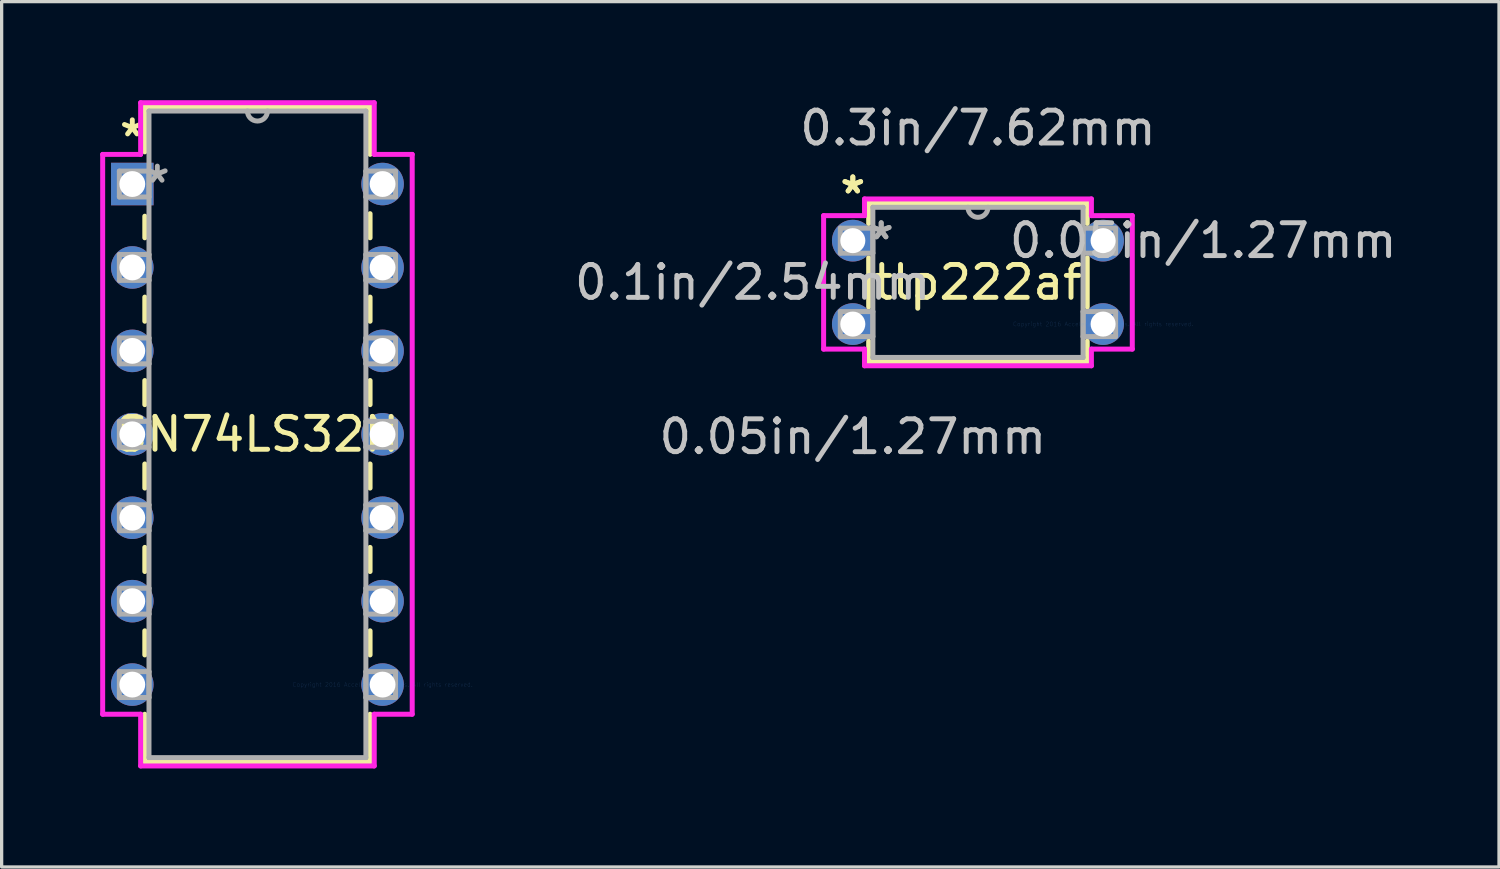
<source format=kicad_pcb>
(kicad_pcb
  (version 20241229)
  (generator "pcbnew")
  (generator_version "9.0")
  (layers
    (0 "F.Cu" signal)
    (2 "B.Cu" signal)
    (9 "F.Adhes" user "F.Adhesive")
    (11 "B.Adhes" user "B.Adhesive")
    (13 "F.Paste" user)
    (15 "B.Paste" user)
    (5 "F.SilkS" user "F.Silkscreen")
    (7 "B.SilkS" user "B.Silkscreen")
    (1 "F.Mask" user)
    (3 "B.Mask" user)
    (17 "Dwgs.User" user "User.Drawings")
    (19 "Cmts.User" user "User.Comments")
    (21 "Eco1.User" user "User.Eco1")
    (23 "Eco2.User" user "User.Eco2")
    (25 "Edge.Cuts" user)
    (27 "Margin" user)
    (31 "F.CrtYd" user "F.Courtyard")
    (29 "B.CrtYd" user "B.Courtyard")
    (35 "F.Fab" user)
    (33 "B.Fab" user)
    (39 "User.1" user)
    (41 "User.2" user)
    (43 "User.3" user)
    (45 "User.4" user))
  (footprint "tlp222af"
    (layer "F.Cu")
    (at 30.535 6.817)
    (property "Reference" "tlp222af" (at -3.81 -1.27 0) (layer "F.SilkS") (effects (font (size 1 1) (thickness 0.15))))
    (attr through_hole)
    (fp_line (start -7.137 -3.683) (end -7.137 -3.062) (stroke (width 0.152) (type solid)) (layer "F.SilkS"))
    (fp_line (start -7.137 -2.018) (end -7.137 -0.522) (stroke (width 0.152) (type solid)) (layer "F.SilkS"))
    (fp_line (start -7.137 0.522) (end -7.137 1.143) (stroke (width 0.152) (type solid)) (layer "F.SilkS"))
    (fp_line (start -7.137 1.143) (end -0.483 1.143) (stroke (width 0.152) (type solid)) (layer "F.SilkS"))
    (fp_line (start -0.483 -3.683) (end -7.137 -3.683) (stroke (width 0.152) (type solid)) (layer "F.SilkS"))
    (fp_line (start -0.483 -3.062) (end -0.483 -3.683) (stroke (width 0.152) (type solid)) (layer "F.SilkS"))
    (fp_line (start -0.483 -0.522) (end -0.483 -2.018) (stroke (width 0.152) (type solid)) (layer "F.SilkS"))
    (fp_line (start -0.483 1.143) (end -0.483 0.522) (stroke (width 0.152) (type solid)) (layer "F.SilkS"))
    (fp_line (start -8.509 -3.302) (end -8.509 0.762) (stroke (width 0.152) (type solid)) (layer "F.CrtYd"))
    (fp_line (start -8.509 0.762) (end -7.264 0.762) (stroke (width 0.152) (type solid)) (layer "F.CrtYd"))
    (fp_line (start -7.264 -3.81) (end -7.264 -3.302) (stroke (width 0.152) (type solid)) (layer "F.CrtYd"))
    (fp_line (start -7.264 -3.302) (end -8.509 -3.302) (stroke (width 0.152) (type solid)) (layer "F.CrtYd"))
    (fp_line (start -7.264 0.762) (end -7.264 1.27) (stroke (width 0.152) (type solid)) (layer "F.CrtYd"))
    (fp_line (start -7.264 1.27) (end -0.356 1.27) (stroke (width 0.152) (type solid)) (layer "F.CrtYd"))
    (fp_line (start -0.356 -3.81) (end -7.264 -3.81) (stroke (width 0.152) (type solid)) (layer "F.CrtYd"))
    (fp_line (start -0.356 -3.302) (end -0.356 -3.81) (stroke (width 0.152) (type solid)) (layer "F.CrtYd"))
    (fp_line (start -0.356 0.762) (end 0.889 0.762) (stroke (width 0.152) (type solid)) (layer "F.CrtYd"))
    (fp_line (start -0.356 1.27) (end -0.356 0.762) (stroke (width 0.152) (type solid)) (layer "F.CrtYd"))
    (fp_line (start 0.889 -3.302) (end -0.356 -3.302) (stroke (width 0.152) (type solid)) (layer "F.CrtYd"))
    (fp_line (start 0.889 0.762) (end 0.889 -3.302) (stroke (width 0.152) (type solid)) (layer "F.CrtYd"))
    (fp_line (start -8.001 -2.921) (end -8.001 -2.159) (stroke (width 0.152) (type solid)) (layer "F.Fab"))
    (fp_line (start -8.001 -2.159) (end -7.01 -2.159) (stroke (width 0.152) (type solid)) (layer "F.Fab"))
    (fp_line (start -8.001 -0.381) (end -8.001 0.381) (stroke (width 0.152) (type solid)) (layer "F.Fab"))
    (fp_line (start -8.001 0.381) (end -7.01 0.381) (stroke (width 0.152) (type solid)) (layer "F.Fab"))
    (fp_line (start -7.01 -3.556) (end -7.01 1.016) (stroke (width 0.152) (type solid)) (layer "F.Fab"))
    (fp_line (start -7.01 -2.921) (end -8.001 -2.921) (stroke (width 0.152) (type solid)) (layer "F.Fab"))
    (fp_line (start -7.01 -2.159) (end -7.01 -2.921) (stroke (width 0.152) (type solid)) (layer "F.Fab"))
    (fp_line (start -7.01 -0.381) (end -8.001 -0.381) (stroke (width 0.152) (type solid)) (layer "F.Fab"))
    (fp_line (start -7.01 0.381) (end -7.01 -0.381) (stroke (width 0.152) (type solid)) (layer "F.Fab"))
    (fp_line (start -7.01 1.016) (end -0.61 1.016) (stroke (width 0.152) (type solid)) (layer "F.Fab"))
    (fp_line (start -0.61 -3.556) (end -7.01 -3.556) (stroke (width 0.152) (type solid)) (layer "F.Fab"))
    (fp_line (start -0.61 -2.921) (end -0.61 -2.159) (stroke (width 0.152) (type solid)) (layer "F.Fab"))
    (fp_line (start -0.61 -2.159) (end 0.381 -2.159) (stroke (width 0.152) (type solid)) (layer "F.Fab"))
    (fp_line (start -0.61 -0.381) (end -0.61 0.381) (stroke (width 0.152) (type solid)) (layer "F.Fab"))
    (fp_line (start -0.61 0.381) (end 0.381 0.381) (stroke (width 0.152) (type solid)) (layer "F.Fab"))
    (fp_line (start -0.61 1.016) (end -0.61 -3.556) (stroke (width 0.152) (type solid)) (layer "F.Fab"))
    (fp_line (start 0.381 -2.921) (end -0.61 -2.921) (stroke (width 0.152) (type solid)) (layer "F.Fab"))
    (fp_line (start 0.381 -2.159) (end 0.381 -2.921) (stroke (width 0.152) (type solid)) (layer "F.Fab"))
    (fp_line (start 0.381 -0.381) (end -0.61 -0.381) (stroke (width 0.152) (type solid)) (layer "F.Fab"))
    (fp_line (start 0.381 0.381) (end 0.381 -0.381) (stroke (width 0.152) (type solid)) (layer "F.Fab"))
    (fp_arc (start -3.5052 -3.556) (mid -3.81 -3.2512) (end -4.1148 -3.556) (stroke (width 0.1524) (type solid)) (layer "F.Fab"))
    (fp_text user "*" (at -7.62 -3.937 0) (layer "F.SilkS") (effects (font (size 1 1) (thickness 0.15))))
    (fp_text user "*" (at -7.62 -3.937 0) (layer "F.SilkS") (effects (font (size 1 1) (thickness 0.15))))
    (fp_text user "0.05in/1.27mm" (at 3.048 -2.54 0) (layer "Dwgs.User") (effects (font (size 1 1) (thickness 0.15))))
    (fp_text user "0.1in/2.54mm" (at -10.668 -1.27 0) (layer "Dwgs.User") (effects (font (size 1 1) (thickness 0.15))))
    (fp_text user "0.3in/7.62mm" (at -3.81 -5.969 0) (layer "Dwgs.User") (effects (font (size 1 1) (thickness 0.15))))
    (fp_text user "0.05in/1.27mm" (at -7.62 3.429 0) (layer "Dwgs.User") (effects (font (size 1 1) (thickness 0.15))))
    (fp_text user "Copyright 2016 Accelerated Designs. All rights reserved." (at 0 0 0) (layer "Cmts.User") (effects (font (size 0.127 0.127) (thickness 0.002))))
    (fp_text user "*" (at -6.756 -2.54 0) (layer "F.Fab") (effects (font (size 1 1) (thickness 0.15))))
    (fp_text user "*" (at -6.756 -2.54 0) (layer "F.Fab") (effects (font (size 1 1) (thickness 0.15))))
    (pad "1" thru_hole circle (at -7.62 -2.54) (size 1.27 1.27) (drill 0.762) (layers "*.Cu" "*.Mask"))
    (pad "2" thru_hole circle (at -7.62 0) (size 1.27 1.27) (drill 0.762) (layers "*.Cu" "*.Mask"))
    (pad "3" thru_hole circle (at 0 0) (size 1.27 1.27) (drill 0.762) (layers "*.Cu" "*.Mask"))
    (pad "4" thru_hole circle (at 0 -2.54) (size 1.27 1.27) (drill 0.762) (layers "*.Cu" "*.Mask")))
  (footprint "SN74LS32N"
    (layer "F.Cu")
    (at 8.598 17.793)
    (property "Reference" "SN74LS32N" (at -3.81 -7.62 0) (layer "F.SilkS") (effects (font (size 1 1) (thickness 0.15))))
    (attr through_hole)
    (fp_line (start -7.239 -17.59) (end -7.239 -16.22) (stroke (width 0.152) (type solid)) (layer "F.SilkS"))
    (fp_line (start -7.239 -14.26) (end -7.239 -13.603) (stroke (width 0.152) (type solid)) (layer "F.SilkS"))
    (fp_line (start -7.239 -11.797) (end -7.239 -11.063) (stroke (width 0.152) (type solid)) (layer "F.SilkS"))
    (fp_line (start -7.239 -9.257) (end -7.239 -8.523) (stroke (width 0.152) (type solid)) (layer "F.SilkS"))
    (fp_line (start -7.239 -6.717) (end -7.239 -5.983) (stroke (width 0.152) (type solid)) (layer "F.SilkS"))
    (fp_line (start -7.239 -4.177) (end -7.239 -3.443) (stroke (width 0.152) (type solid)) (layer "F.SilkS"))
    (fp_line (start -7.239 -1.637) (end -7.239 -0.903) (stroke (width 0.152) (type solid)) (layer "F.SilkS"))
    (fp_line (start -7.239 0.903) (end -7.239 2.349) (stroke (width 0.152) (type solid)) (layer "F.SilkS"))
    (fp_line (start -7.239 2.349) (end -0.381 2.349) (stroke (width 0.152) (type solid)) (layer "F.SilkS"))
    (fp_line (start -0.381 -17.59) (end -7.239 -17.59) (stroke (width 0.152) (type solid)) (layer "F.SilkS"))
    (fp_line (start -0.381 -16.143) (end -0.381 -17.59) (stroke (width 0.152) (type solid)) (layer "F.SilkS"))
    (fp_line (start -0.381 -13.603) (end -0.381 -14.337) (stroke (width 0.152) (type solid)) (layer "F.SilkS"))
    (fp_line (start -0.381 -11.063) (end -0.381 -11.797) (stroke (width 0.152) (type solid)) (layer "F.SilkS"))
    (fp_line (start -0.381 -8.523) (end -0.381 -9.257) (stroke (width 0.152) (type solid)) (layer "F.SilkS"))
    (fp_line (start -0.381 -5.983) (end -0.381 -6.717) (stroke (width 0.152) (type solid)) (layer "F.SilkS"))
    (fp_line (start -0.381 -3.443) (end -0.381 -4.177) (stroke (width 0.152) (type solid)) (layer "F.SilkS"))
    (fp_line (start -0.381 -0.903) (end -0.381 -1.637) (stroke (width 0.152) (type solid)) (layer "F.SilkS"))
    (fp_line (start -0.381 2.349) (end -0.381 0.903) (stroke (width 0.152) (type solid)) (layer "F.SilkS"))
    (fp_line (start -8.522 -16.142) (end -8.522 0.902) (stroke (width 0.152) (type solid)) (layer "F.CrtYd"))
    (fp_line (start -8.522 0.902) (end -7.366 0.902) (stroke (width 0.152) (type solid)) (layer "F.CrtYd"))
    (fp_line (start -7.366 -17.716) (end -7.366 -16.142) (stroke (width 0.152) (type solid)) (layer "F.CrtYd"))
    (fp_line (start -7.366 -16.142) (end -8.522 -16.142) (stroke (width 0.152) (type solid)) (layer "F.CrtYd"))
    (fp_line (start -7.366 0.902) (end -7.366 2.477) (stroke (width 0.152) (type solid)) (layer "F.CrtYd"))
    (fp_line (start -7.366 2.477) (end -0.254 2.477) (stroke (width 0.152) (type solid)) (layer "F.CrtYd"))
    (fp_line (start -0.254 -17.716) (end -7.366 -17.716) (stroke (width 0.152) (type solid)) (layer "F.CrtYd"))
    (fp_line (start -0.254 -16.142) (end -0.254 -17.716) (stroke (width 0.152) (type solid)) (layer "F.CrtYd"))
    (fp_line (start -0.254 0.902) (end 0.902 0.902) (stroke (width 0.152) (type solid)) (layer "F.CrtYd"))
    (fp_line (start -0.254 2.477) (end -0.254 0.902) (stroke (width 0.152) (type solid)) (layer "F.CrtYd"))
    (fp_line (start 0.902 -16.142) (end -0.254 -16.142) (stroke (width 0.152) (type solid)) (layer "F.CrtYd"))
    (fp_line (start 0.902 0.902) (end 0.902 -16.142) (stroke (width 0.152) (type solid)) (layer "F.CrtYd"))
    (fp_line (start -8.014 -15.634) (end -8.014 -14.846) (stroke (width 0.152) (type solid)) (layer "F.Fab"))
    (fp_line (start -8.014 -14.846) (end -7.112 -14.846) (stroke (width 0.152) (type solid)) (layer "F.Fab"))
    (fp_line (start -8.014 -13.094) (end -8.014 -12.306) (stroke (width 0.152) (type solid)) (layer "F.Fab"))
    (fp_line (start -8.014 -12.306) (end -7.112 -12.306) (stroke (width 0.152) (type solid)) (layer "F.Fab"))
    (fp_line (start -8.014 -10.554) (end -8.014 -9.766) (stroke (width 0.152) (type solid)) (layer "F.Fab"))
    (fp_line (start -8.014 -9.766) (end -7.112 -9.766) (stroke (width 0.152) (type solid)) (layer "F.Fab"))
    (fp_line (start -8.014 -8.014) (end -8.014 -7.226) (stroke (width 0.152) (type solid)) (layer "F.Fab"))
    (fp_line (start -8.014 -7.226) (end -7.112 -7.226) (stroke (width 0.152) (type solid)) (layer "F.Fab"))
    (fp_line (start -8.014 -5.474) (end -8.014 -4.686) (stroke (width 0.152) (type solid)) (layer "F.Fab"))
    (fp_line (start -8.014 -4.686) (end -7.112 -4.686) (stroke (width 0.152) (type solid)) (layer "F.Fab"))
    (fp_line (start -8.014 -2.934) (end -8.014 -2.146) (stroke (width 0.152) (type solid)) (layer "F.Fab"))
    (fp_line (start -8.014 -2.146) (end -7.112 -2.146) (stroke (width 0.152) (type solid)) (layer "F.Fab"))
    (fp_line (start -8.014 -0.394) (end -8.014 0.394) (stroke (width 0.152) (type solid)) (layer "F.Fab"))
    (fp_line (start -8.014 0.394) (end -7.112 0.394) (stroke (width 0.152) (type solid)) (layer "F.Fab"))
    (fp_line (start -7.112 -17.462) (end -7.112 2.223) (stroke (width 0.152) (type solid)) (layer "F.Fab"))
    (fp_line (start -7.112 -15.634) (end -8.014 -15.634) (stroke (width 0.152) (type solid)) (layer "F.Fab"))
    (fp_line (start -7.112 -14.846) (end -7.112 -15.634) (stroke (width 0.152) (type solid)) (layer "F.Fab"))
    (fp_line (start -7.112 -13.094) (end -8.014 -13.094) (stroke (width 0.152) (type solid)) (layer "F.Fab"))
    (fp_line (start -7.112 -12.306) (end -7.112 -13.094) (stroke (width 0.152) (type solid)) (layer "F.Fab"))
    (fp_line (start -7.112 -10.554) (end -8.014 -10.554) (stroke (width 0.152) (type solid)) (layer "F.Fab"))
    (fp_line (start -7.112 -9.766) (end -7.112 -10.554) (stroke (width 0.152) (type solid)) (layer "F.Fab"))
    (fp_line (start -7.112 -8.014) (end -8.014 -8.014) (stroke (width 0.152) (type solid)) (layer "F.Fab"))
    (fp_line (start -7.112 -7.226) (end -7.112 -8.014) (stroke (width 0.152) (type solid)) (layer "F.Fab"))
    (fp_line (start -7.112 -5.474) (end -8.014 -5.474) (stroke (width 0.152) (type solid)) (layer "F.Fab"))
    (fp_line (start -7.112 -4.686) (end -7.112 -5.474) (stroke (width 0.152) (type solid)) (layer "F.Fab"))
    (fp_line (start -7.112 -2.934) (end -8.014 -2.934) (stroke (width 0.152) (type solid)) (layer "F.Fab"))
    (fp_line (start -7.112 -2.146) (end -7.112 -2.934) (stroke (width 0.152) (type solid)) (layer "F.Fab"))
    (fp_line (start -7.112 -0.394) (end -8.014 -0.394) (stroke (width 0.152) (type solid)) (layer "F.Fab"))
    (fp_line (start -7.112 0.394) (end -7.112 -0.394) (stroke (width 0.152) (type solid)) (layer "F.Fab"))
    (fp_line (start -7.112 2.223) (end -0.508 2.223) (stroke (width 0.152) (type solid)) (layer "F.Fab"))
    (fp_line (start -0.508 -17.462) (end -7.112 -17.462) (stroke (width 0.152) (type solid)) (layer "F.Fab"))
    (fp_line (start -0.508 -15.634) (end -0.508 -14.846) (stroke (width 0.152) (type solid)) (layer "F.Fab"))
    (fp_line (start -0.508 -14.846) (end 0.394 -14.846) (stroke (width 0.152) (type solid)) (layer "F.Fab"))
    (fp_line (start -0.508 -13.094) (end -0.508 -12.306) (stroke (width 0.152) (type solid)) (layer "F.Fab"))
    (fp_line (start -0.508 -12.306) (end 0.394 -12.306) (stroke (width 0.152) (type solid)) (layer "F.Fab"))
    (fp_line (start -0.508 -10.554) (end -0.508 -9.766) (stroke (width 0.152) (type solid)) (layer "F.Fab"))
    (fp_line (start -0.508 -9.766) (end 0.394 -9.766) (stroke (width 0.152) (type solid)) (layer "F.Fab"))
    (fp_line (start -0.508 -8.014) (end -0.508 -7.226) (stroke (width 0.152) (type solid)) (layer "F.Fab"))
    (fp_line (start -0.508 -7.226) (end 0.394 -7.226) (stroke (width 0.152) (type solid)) (layer "F.Fab"))
    (fp_line (start -0.508 -5.474) (end -0.508 -4.686) (stroke (width 0.152) (type solid)) (layer "F.Fab"))
    (fp_line (start -0.508 -4.686) (end 0.394 -4.686) (stroke (width 0.152) (type solid)) (layer "F.Fab"))
    (fp_line (start -0.508 -2.934) (end -0.508 -2.146) (stroke (width 0.152) (type solid)) (layer "F.Fab"))
    (fp_line (start -0.508 -2.146) (end 0.394 -2.146) (stroke (width 0.152) (type solid)) (layer "F.Fab"))
    (fp_line (start -0.508 -0.394) (end -0.508 0.394) (stroke (width 0.152) (type solid)) (layer "F.Fab"))
    (fp_line (start -0.508 0.394) (end 0.394 0.394) (stroke (width 0.152) (type solid)) (layer "F.Fab"))
    (fp_line (start -0.508 2.223) (end -0.508 -17.462) (stroke (width 0.152) (type solid)) (layer "F.Fab"))
    (fp_line (start 0.394 -15.634) (end -0.508 -15.634) (stroke (width 0.152) (type solid)) (layer "F.Fab"))
    (fp_line (start 0.394 -14.846) (end 0.394 -15.634) (stroke (width 0.152) (type solid)) (layer "F.Fab"))
    (fp_line (start 0.394 -13.094) (end -0.508 -13.094) (stroke (width 0.152) (type solid)) (layer "F.Fab"))
    (fp_line (start 0.394 -12.306) (end 0.394 -13.094) (stroke (width 0.152) (type solid)) (layer "F.Fab"))
    (fp_line (start 0.394 -10.554) (end -0.508 -10.554) (stroke (width 0.152) (type solid)) (layer "F.Fab"))
    (fp_line (start 0.394 -9.766) (end 0.394 -10.554) (stroke (width 0.152) (type solid)) (layer "F.Fab"))
    (fp_line (start 0.394 -8.014) (end -0.508 -8.014) (stroke (width 0.152) (type solid)) (layer "F.Fab"))
    (fp_line (start 0.394 -7.226) (end 0.394 -8.014) (stroke (width 0.152) (type solid)) (layer "F.Fab"))
    (fp_line (start 0.394 -5.474) (end -0.508 -5.474) (stroke (width 0.152) (type solid)) (layer "F.Fab"))
    (fp_line (start 0.394 -4.686) (end 0.394 -5.474) (stroke (width 0.152) (type solid)) (layer "F.Fab"))
    (fp_line (start 0.394 -2.934) (end -0.508 -2.934) (stroke (width 0.152) (type solid)) (layer "F.Fab"))
    (fp_line (start 0.394 -2.146) (end 0.394 -2.934) (stroke (width 0.152) (type solid)) (layer "F.Fab"))
    (fp_line (start 0.394 -0.394) (end -0.508 -0.394) (stroke (width 0.152) (type solid)) (layer "F.Fab"))
    (fp_line (start 0.394 0.394) (end 0.394 -0.394) (stroke (width 0.152) (type solid)) (layer "F.Fab"))
    (fp_arc (start -3.5052 -17.4625) (mid -3.81 -17.1577) (end -4.1148 -17.4625) (stroke (width 0.1524) (type solid)) (layer "F.Fab"))
    (fp_text user "*" (at -7.62 -16.65 0) (layer "F.SilkS") (effects (font (size 1 1) (thickness 0.15))))
    (fp_text user "Copyright 2016 Accelerated Designs. All rights reserved." (at 0 0 0) (layer "Cmts.User") (effects (font (size 0.127 0.127) (thickness 0.002))))
    (fp_text user "*" (at -6.858 -15.24 0) (layer "F.Fab") (effects (font (size 1 1) (thickness 0.15))))
    (pad "1" thru_hole rect (at -7.62 -15.24) (size 1.295 1.295) (drill 0.787) (layers "*.Cu" "*.Mask"))
    (pad "2" thru_hole circle (at -7.62 -12.7) (size 1.295 1.295) (drill 0.787) (layers "*.Cu" "*.Mask"))
    (pad "3" thru_hole circle (at -7.62 -10.16) (size 1.295 1.295) (drill 0.787) (layers "*.Cu" "*.Mask"))
    (pad "4" thru_hole circle (at -7.62 -7.62) (size 1.295 1.295) (drill 0.787) (layers "*.Cu" "*.Mask"))
    (pad "5" thru_hole circle (at -7.62 -5.08) (size 1.295 1.295) (drill 0.787) (layers "*.Cu" "*.Mask"))
    (pad "6" thru_hole circle (at -7.62 -2.54) (size 1.295 1.295) (drill 0.787) (layers "*.Cu" "*.Mask"))
    (pad "7" thru_hole circle (at -7.62 0) (size 1.295 1.295) (drill 0.787) (layers "*.Cu" "*.Mask"))
    (pad "8" thru_hole circle (at 0 0) (size 1.295 1.295) (drill 0.787) (layers "*.Cu" "*.Mask"))
    (pad "9" thru_hole circle (at 0 -2.54) (size 1.295 1.295) (drill 0.787) (layers "*.Cu" "*.Mask"))
    (pad "10" thru_hole circle (at 0 -5.08) (size 1.295 1.295) (drill 0.787) (layers "*.Cu" "*.Mask"))
    (pad "11" thru_hole circle (at 0 -7.62) (size 1.295 1.295) (drill 0.787) (layers "*.Cu" "*.Mask"))
    (pad "12" thru_hole circle (at 0 -10.16) (size 1.295 1.295) (drill 0.787) (layers "*.Cu" "*.Mask"))
    (pad "13" thru_hole circle (at 0 -12.7) (size 1.295 1.295) (drill 0.787) (layers "*.Cu" "*.Mask"))
    (pad "14" thru_hole circle (at 0 -15.24) (size 1.295 1.295) (drill 0.787) (layers "*.Cu" "*.Mask")))
  (gr_rect
    (start -3 -3)
    (end 42.589 23.345)
    (stroke (width 0.1) (type default))
    (fill no)
    (layer "Edge.Cuts")))
</source>
